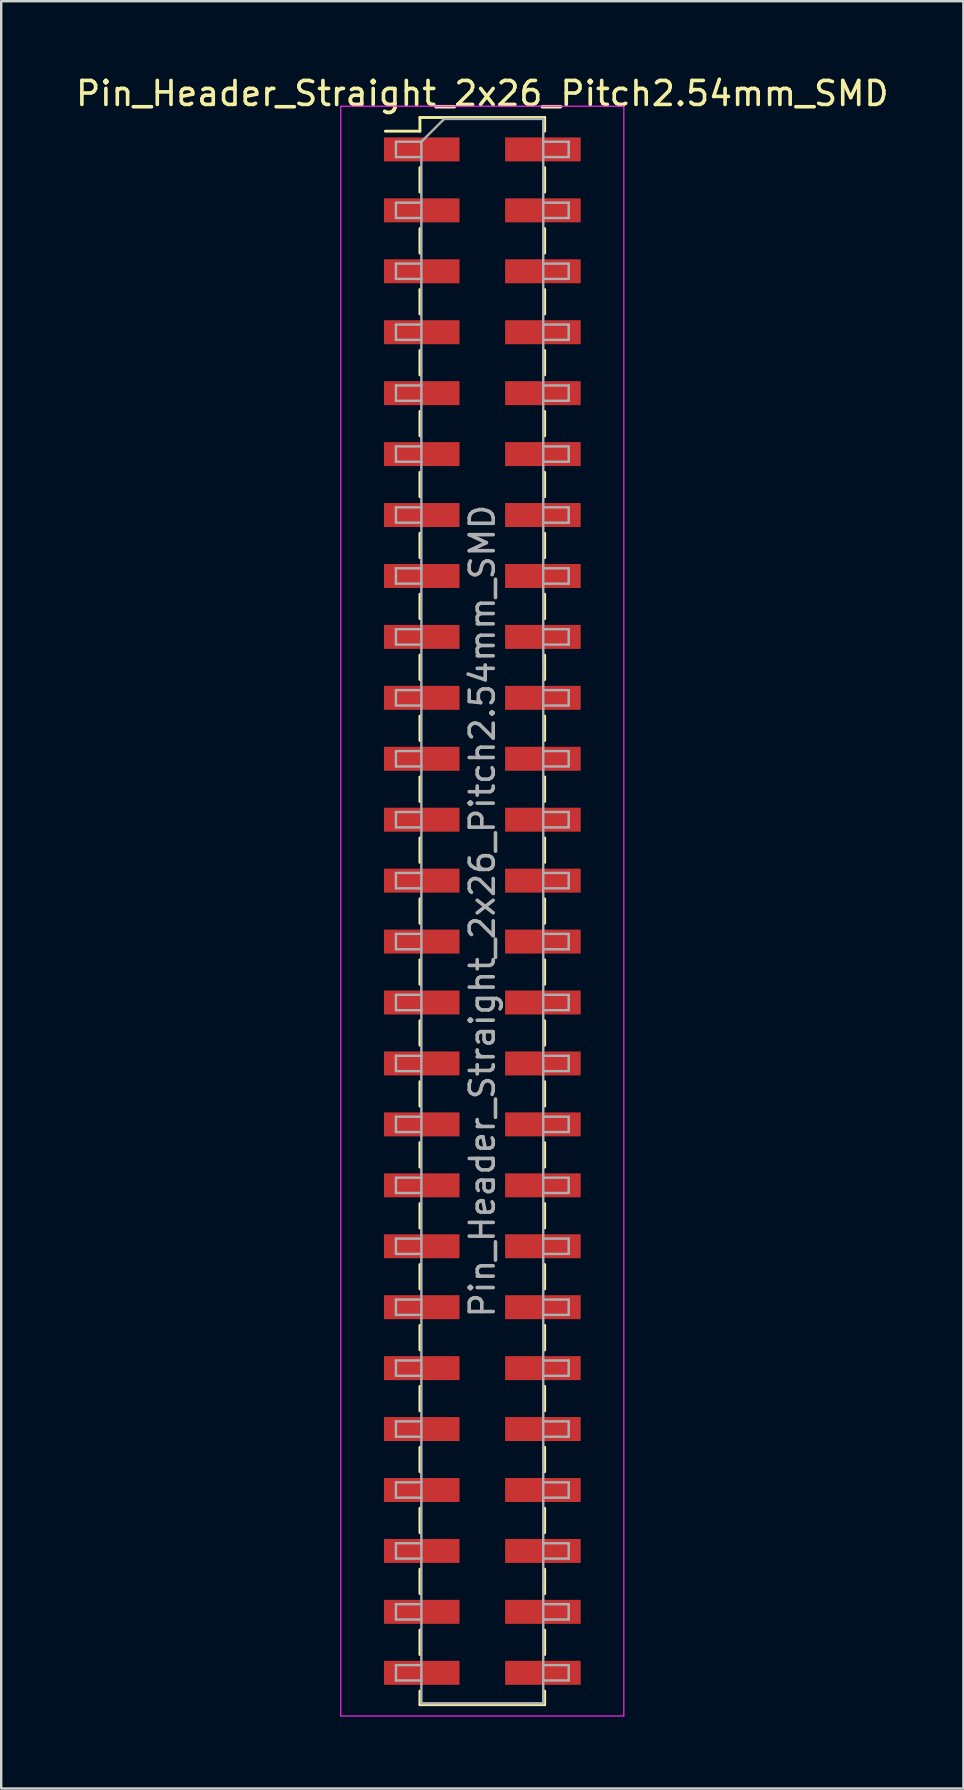
<source format=kicad_pcb>
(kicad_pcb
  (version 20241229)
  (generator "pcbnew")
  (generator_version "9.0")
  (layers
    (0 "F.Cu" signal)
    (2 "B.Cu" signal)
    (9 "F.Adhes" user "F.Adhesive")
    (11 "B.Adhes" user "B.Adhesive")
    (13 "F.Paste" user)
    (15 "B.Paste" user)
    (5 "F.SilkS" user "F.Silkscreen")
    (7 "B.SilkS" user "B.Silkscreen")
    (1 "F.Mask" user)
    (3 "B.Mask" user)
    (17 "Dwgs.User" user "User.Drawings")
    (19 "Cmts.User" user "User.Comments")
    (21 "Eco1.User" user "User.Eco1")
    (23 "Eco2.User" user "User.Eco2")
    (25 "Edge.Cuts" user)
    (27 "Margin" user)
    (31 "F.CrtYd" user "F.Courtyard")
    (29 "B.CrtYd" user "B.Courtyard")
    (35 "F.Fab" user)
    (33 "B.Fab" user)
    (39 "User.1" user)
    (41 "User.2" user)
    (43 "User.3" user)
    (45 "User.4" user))
  (footprint "Pin_Header_Straight_2x26_Pitch2.54mm_SMD"
    (layer "F.Cu")
    (at 17.054 34.928)
    (property "Reference" "Pin_Header_Straight_2x26_Pitch2.54mm_SMD" (at 0 -34.08 0) (layer "F.SilkS") (effects (font (size 1 1) (thickness 0.15))))
    (attr smd)
    (fp_line (start -4.04 -32.51) (end -2.6 -32.51) (stroke (width 0.12) (type solid)) (layer "F.SilkS"))
    (fp_line (start -2.6 -33.08) (end -2.6 -32.51) (stroke (width 0.12) (type solid)) (layer "F.SilkS"))
    (fp_line (start -2.6 -33.08) (end 2.6 -33.08) (stroke (width 0.12) (type solid)) (layer "F.SilkS"))
    (fp_line (start -2.6 -30.99) (end -2.6 -29.97) (stroke (width 0.12) (type solid)) (layer "F.SilkS"))
    (fp_line (start -2.6 -28.45) (end -2.6 -27.43) (stroke (width 0.12) (type solid)) (layer "F.SilkS"))
    (fp_line (start -2.6 -25.91) (end -2.6 -24.89) (stroke (width 0.12) (type solid)) (layer "F.SilkS"))
    (fp_line (start -2.6 -23.37) (end -2.6 -22.35) (stroke (width 0.12) (type solid)) (layer "F.SilkS"))
    (fp_line (start -2.6 -20.83) (end -2.6 -19.81) (stroke (width 0.12) (type solid)) (layer "F.SilkS"))
    (fp_line (start -2.6 -18.29) (end -2.6 -17.27) (stroke (width 0.12) (type solid)) (layer "F.SilkS"))
    (fp_line (start -2.6 -15.75) (end -2.6 -14.73) (stroke (width 0.12) (type solid)) (layer "F.SilkS"))
    (fp_line (start -2.6 -13.21) (end -2.6 -12.19) (stroke (width 0.12) (type solid)) (layer "F.SilkS"))
    (fp_line (start -2.6 -10.67) (end -2.6 -9.65) (stroke (width 0.12) (type solid)) (layer "F.SilkS"))
    (fp_line (start -2.6 -8.13) (end -2.6 -7.11) (stroke (width 0.12) (type solid)) (layer "F.SilkS"))
    (fp_line (start -2.6 -5.59) (end -2.6 -4.57) (stroke (width 0.12) (type solid)) (layer "F.SilkS"))
    (fp_line (start -2.6 -3.05) (end -2.6 -2.03) (stroke (width 0.12) (type solid)) (layer "F.SilkS"))
    (fp_line (start -2.6 -0.51) (end -2.6 0.51) (stroke (width 0.12) (type solid)) (layer "F.SilkS"))
    (fp_line (start -2.6 2.03) (end -2.6 3.05) (stroke (width 0.12) (type solid)) (layer "F.SilkS"))
    (fp_line (start -2.6 4.57) (end -2.6 5.59) (stroke (width 0.12) (type solid)) (layer "F.SilkS"))
    (fp_line (start -2.6 7.11) (end -2.6 8.13) (stroke (width 0.12) (type solid)) (layer "F.SilkS"))
    (fp_line (start -2.6 9.65) (end -2.6 10.67) (stroke (width 0.12) (type solid)) (layer "F.SilkS"))
    (fp_line (start -2.6 12.19) (end -2.6 13.21) (stroke (width 0.12) (type solid)) (layer "F.SilkS"))
    (fp_line (start -2.6 14.73) (end -2.6 15.75) (stroke (width 0.12) (type solid)) (layer "F.SilkS"))
    (fp_line (start -2.6 17.27) (end -2.6 18.29) (stroke (width 0.12) (type solid)) (layer "F.SilkS"))
    (fp_line (start -2.6 19.81) (end -2.6 20.83) (stroke (width 0.12) (type solid)) (layer "F.SilkS"))
    (fp_line (start -2.6 22.35) (end -2.6 23.37) (stroke (width 0.12) (type solid)) (layer "F.SilkS"))
    (fp_line (start -2.6 24.89) (end -2.6 25.91) (stroke (width 0.12) (type solid)) (layer "F.SilkS"))
    (fp_line (start -2.6 27.43) (end -2.6 28.45) (stroke (width 0.12) (type solid)) (layer "F.SilkS"))
    (fp_line (start -2.6 29.97) (end -2.6 30.99) (stroke (width 0.12) (type solid)) (layer "F.SilkS"))
    (fp_line (start -2.6 32.51) (end -2.6 33.08) (stroke (width 0.12) (type solid)) (layer "F.SilkS"))
    (fp_line (start -2.6 33.08) (end 2.6 33.08) (stroke (width 0.12) (type solid)) (layer "F.SilkS"))
    (fp_line (start 2.6 -33.08) (end 2.6 -32.51) (stroke (width 0.12) (type solid)) (layer "F.SilkS"))
    (fp_line (start 2.6 -30.99) (end 2.6 -29.97) (stroke (width 0.12) (type solid)) (layer "F.SilkS"))
    (fp_line (start 2.6 -28.45) (end 2.6 -27.43) (stroke (width 0.12) (type solid)) (layer "F.SilkS"))
    (fp_line (start 2.6 -25.91) (end 2.6 -24.89) (stroke (width 0.12) (type solid)) (layer "F.SilkS"))
    (fp_line (start 2.6 -23.37) (end 2.6 -22.35) (stroke (width 0.12) (type solid)) (layer "F.SilkS"))
    (fp_line (start 2.6 -20.83) (end 2.6 -19.81) (stroke (width 0.12) (type solid)) (layer "F.SilkS"))
    (fp_line (start 2.6 -18.29) (end 2.6 -17.27) (stroke (width 0.12) (type solid)) (layer "F.SilkS"))
    (fp_line (start 2.6 -15.75) (end 2.6 -14.73) (stroke (width 0.12) (type solid)) (layer "F.SilkS"))
    (fp_line (start 2.6 -13.21) (end 2.6 -12.19) (stroke (width 0.12) (type solid)) (layer "F.SilkS"))
    (fp_line (start 2.6 -10.67) (end 2.6 -9.65) (stroke (width 0.12) (type solid)) (layer "F.SilkS"))
    (fp_line (start 2.6 -8.13) (end 2.6 -7.11) (stroke (width 0.12) (type solid)) (layer "F.SilkS"))
    (fp_line (start 2.6 -5.59) (end 2.6 -4.57) (stroke (width 0.12) (type solid)) (layer "F.SilkS"))
    (fp_line (start 2.6 -3.05) (end 2.6 -2.03) (stroke (width 0.12) (type solid)) (layer "F.SilkS"))
    (fp_line (start 2.6 -0.51) (end 2.6 0.51) (stroke (width 0.12) (type solid)) (layer "F.SilkS"))
    (fp_line (start 2.6 2.03) (end 2.6 3.05) (stroke (width 0.12) (type solid)) (layer "F.SilkS"))
    (fp_line (start 2.6 4.57) (end 2.6 5.59) (stroke (width 0.12) (type solid)) (layer "F.SilkS"))
    (fp_line (start 2.6 7.11) (end 2.6 8.13) (stroke (width 0.12) (type solid)) (layer "F.SilkS"))
    (fp_line (start 2.6 9.65) (end 2.6 10.67) (stroke (width 0.12) (type solid)) (layer "F.SilkS"))
    (fp_line (start 2.6 12.19) (end 2.6 13.21) (stroke (width 0.12) (type solid)) (layer "F.SilkS"))
    (fp_line (start 2.6 14.73) (end 2.6 15.75) (stroke (width 0.12) (type solid)) (layer "F.SilkS"))
    (fp_line (start 2.6 17.27) (end 2.6 18.29) (stroke (width 0.12) (type solid)) (layer "F.SilkS"))
    (fp_line (start 2.6 19.81) (end 2.6 20.83) (stroke (width 0.12) (type solid)) (layer "F.SilkS"))
    (fp_line (start 2.6 22.35) (end 2.6 23.37) (stroke (width 0.12) (type solid)) (layer "F.SilkS"))
    (fp_line (start 2.6 24.89) (end 2.6 25.91) (stroke (width 0.12) (type solid)) (layer "F.SilkS"))
    (fp_line (start 2.6 27.43) (end 2.6 28.45) (stroke (width 0.12) (type solid)) (layer "F.SilkS"))
    (fp_line (start 2.6 29.97) (end 2.6 30.99) (stroke (width 0.12) (type solid)) (layer "F.SilkS"))
    (fp_line (start 2.6 32.51) (end 2.6 33.08) (stroke (width 0.12) (type solid)) (layer "F.SilkS"))
    (fp_line (start -5.9 -33.55) (end -5.9 33.55) (stroke (width 0.05) (type solid)) (layer "F.CrtYd"))
    (fp_line (start -5.9 33.55) (end 5.9 33.55) (stroke (width 0.05) (type solid)) (layer "F.CrtYd"))
    (fp_line (start 5.9 -33.55) (end -5.9 -33.55) (stroke (width 0.05) (type solid)) (layer "F.CrtYd"))
    (fp_line (start 5.9 33.55) (end 5.9 -33.55) (stroke (width 0.05) (type solid)) (layer "F.CrtYd"))
    (fp_line (start -3.6 -32.07) (end -3.6 -31.43) (stroke (width 0.1) (type solid)) (layer "F.Fab"))
    (fp_line (start -3.6 -31.43) (end -2.54 -31.43) (stroke (width 0.1) (type solid)) (layer "F.Fab"))
    (fp_line (start -3.6 -29.53) (end -3.6 -28.89) (stroke (width 0.1) (type solid)) (layer "F.Fab"))
    (fp_line (start -3.6 -28.89) (end -2.54 -28.89) (stroke (width 0.1) (type solid)) (layer "F.Fab"))
    (fp_line (start -3.6 -26.99) (end -3.6 -26.35) (stroke (width 0.1) (type solid)) (layer "F.Fab"))
    (fp_line (start -3.6 -26.35) (end -2.54 -26.35) (stroke (width 0.1) (type solid)) (layer "F.Fab"))
    (fp_line (start -3.6 -24.45) (end -3.6 -23.81) (stroke (width 0.1) (type solid)) (layer "F.Fab"))
    (fp_line (start -3.6 -23.81) (end -2.54 -23.81) (stroke (width 0.1) (type solid)) (layer "F.Fab"))
    (fp_line (start -3.6 -21.91) (end -3.6 -21.27) (stroke (width 0.1) (type solid)) (layer "F.Fab"))
    (fp_line (start -3.6 -21.27) (end -2.54 -21.27) (stroke (width 0.1) (type solid)) (layer "F.Fab"))
    (fp_line (start -3.6 -19.37) (end -3.6 -18.73) (stroke (width 0.1) (type solid)) (layer "F.Fab"))
    (fp_line (start -3.6 -18.73) (end -2.54 -18.73) (stroke (width 0.1) (type solid)) (layer "F.Fab"))
    (fp_line (start -3.6 -16.83) (end -3.6 -16.19) (stroke (width 0.1) (type solid)) (layer "F.Fab"))
    (fp_line (start -3.6 -16.19) (end -2.54 -16.19) (stroke (width 0.1) (type solid)) (layer "F.Fab"))
    (fp_line (start -3.6 -14.29) (end -3.6 -13.65) (stroke (width 0.1) (type solid)) (layer "F.Fab"))
    (fp_line (start -3.6 -13.65) (end -2.54 -13.65) (stroke (width 0.1) (type solid)) (layer "F.Fab"))
    (fp_line (start -3.6 -11.75) (end -3.6 -11.11) (stroke (width 0.1) (type solid)) (layer "F.Fab"))
    (fp_line (start -3.6 -11.11) (end -2.54 -11.11) (stroke (width 0.1) (type solid)) (layer "F.Fab"))
    (fp_line (start -3.6 -9.21) (end -3.6 -8.57) (stroke (width 0.1) (type solid)) (layer "F.Fab"))
    (fp_line (start -3.6 -8.57) (end -2.54 -8.57) (stroke (width 0.1) (type solid)) (layer "F.Fab"))
    (fp_line (start -3.6 -6.67) (end -3.6 -6.03) (stroke (width 0.1) (type solid)) (layer "F.Fab"))
    (fp_line (start -3.6 -6.03) (end -2.54 -6.03) (stroke (width 0.1) (type solid)) (layer "F.Fab"))
    (fp_line (start -3.6 -4.13) (end -3.6 -3.49) (stroke (width 0.1) (type solid)) (layer "F.Fab"))
    (fp_line (start -3.6 -3.49) (end -2.54 -3.49) (stroke (width 0.1) (type solid)) (layer "F.Fab"))
    (fp_line (start -3.6 -1.59) (end -3.6 -0.95) (stroke (width 0.1) (type solid)) (layer "F.Fab"))
    (fp_line (start -3.6 -0.95) (end -2.54 -0.95) (stroke (width 0.1) (type solid)) (layer "F.Fab"))
    (fp_line (start -3.6 0.95) (end -3.6 1.59) (stroke (width 0.1) (type solid)) (layer "F.Fab"))
    (fp_line (start -3.6 1.59) (end -2.54 1.59) (stroke (width 0.1) (type solid)) (layer "F.Fab"))
    (fp_line (start -3.6 3.49) (end -3.6 4.13) (stroke (width 0.1) (type solid)) (layer "F.Fab"))
    (fp_line (start -3.6 4.13) (end -2.54 4.13) (stroke (width 0.1) (type solid)) (layer "F.Fab"))
    (fp_line (start -3.6 6.03) (end -3.6 6.67) (stroke (width 0.1) (type solid)) (layer "F.Fab"))
    (fp_line (start -3.6 6.67) (end -2.54 6.67) (stroke (width 0.1) (type solid)) (layer "F.Fab"))
    (fp_line (start -3.6 8.57) (end -3.6 9.21) (stroke (width 0.1) (type solid)) (layer "F.Fab"))
    (fp_line (start -3.6 9.21) (end -2.54 9.21) (stroke (width 0.1) (type solid)) (layer "F.Fab"))
    (fp_line (start -3.6 11.11) (end -3.6 11.75) (stroke (width 0.1) (type solid)) (layer "F.Fab"))
    (fp_line (start -3.6 11.75) (end -2.54 11.75) (stroke (width 0.1) (type solid)) (layer "F.Fab"))
    (fp_line (start -3.6 13.65) (end -3.6 14.29) (stroke (width 0.1) (type solid)) (layer "F.Fab"))
    (fp_line (start -3.6 14.29) (end -2.54 14.29) (stroke (width 0.1) (type solid)) (layer "F.Fab"))
    (fp_line (start -3.6 16.19) (end -3.6 16.83) (stroke (width 0.1) (type solid)) (layer "F.Fab"))
    (fp_line (start -3.6 16.83) (end -2.54 16.83) (stroke (width 0.1) (type solid)) (layer "F.Fab"))
    (fp_line (start -3.6 18.73) (end -3.6 19.37) (stroke (width 0.1) (type solid)) (layer "F.Fab"))
    (fp_line (start -3.6 19.37) (end -2.54 19.37) (stroke (width 0.1) (type solid)) (layer "F.Fab"))
    (fp_line (start -3.6 21.27) (end -3.6 21.91) (stroke (width 0.1) (type solid)) (layer "F.Fab"))
    (fp_line (start -3.6 21.91) (end -2.54 21.91) (stroke (width 0.1) (type solid)) (layer "F.Fab"))
    (fp_line (start -3.6 23.81) (end -3.6 24.45) (stroke (width 0.1) (type solid)) (layer "F.Fab"))
    (fp_line (start -3.6 24.45) (end -2.54 24.45) (stroke (width 0.1) (type solid)) (layer "F.Fab"))
    (fp_line (start -3.6 26.35) (end -3.6 26.99) (stroke (width 0.1) (type solid)) (layer "F.Fab"))
    (fp_line (start -3.6 26.99) (end -2.54 26.99) (stroke (width 0.1) (type solid)) (layer "F.Fab"))
    (fp_line (start -3.6 28.89) (end -3.6 29.53) (stroke (width 0.1) (type solid)) (layer "F.Fab"))
    (fp_line (start -3.6 29.53) (end -2.54 29.53) (stroke (width 0.1) (type solid)) (layer "F.Fab"))
    (fp_line (start -3.6 31.43) (end -3.6 32.07) (stroke (width 0.1) (type solid)) (layer "F.Fab"))
    (fp_line (start -3.6 32.07) (end -2.54 32.07) (stroke (width 0.1) (type solid)) (layer "F.Fab"))
    (fp_line (start -2.54 -32.07) (end -3.6 -32.07) (stroke (width 0.1) (type solid)) (layer "F.Fab"))
    (fp_line (start -2.54 -32.07) (end -1.59 -33.02) (stroke (width 0.1) (type solid)) (layer "F.Fab"))
    (fp_line (start -2.54 -29.53) (end -3.6 -29.53) (stroke (width 0.1) (type solid)) (layer "F.Fab"))
    (fp_line (start -2.54 -26.99) (end -3.6 -26.99) (stroke (width 0.1) (type solid)) (layer "F.Fab"))
    (fp_line (start -2.54 -24.45) (end -3.6 -24.45) (stroke (width 0.1) (type solid)) (layer "F.Fab"))
    (fp_line (start -2.54 -21.91) (end -3.6 -21.91) (stroke (width 0.1) (type solid)) (layer "F.Fab"))
    (fp_line (start -2.54 -19.37) (end -3.6 -19.37) (stroke (width 0.1) (type solid)) (layer "F.Fab"))
    (fp_line (start -2.54 -16.83) (end -3.6 -16.83) (stroke (width 0.1) (type solid)) (layer "F.Fab"))
    (fp_line (start -2.54 -14.29) (end -3.6 -14.29) (stroke (width 0.1) (type solid)) (layer "F.Fab"))
    (fp_line (start -2.54 -11.75) (end -3.6 -11.75) (stroke (width 0.1) (type solid)) (layer "F.Fab"))
    (fp_line (start -2.54 -9.21) (end -3.6 -9.21) (stroke (width 0.1) (type solid)) (layer "F.Fab"))
    (fp_line (start -2.54 -6.67) (end -3.6 -6.67) (stroke (width 0.1) (type solid)) (layer "F.Fab"))
    (fp_line (start -2.54 -4.13) (end -3.6 -4.13) (stroke (width 0.1) (type solid)) (layer "F.Fab"))
    (fp_line (start -2.54 -1.59) (end -3.6 -1.59) (stroke (width 0.1) (type solid)) (layer "F.Fab"))
    (fp_line (start -2.54 0.95) (end -3.6 0.95) (stroke (width 0.1) (type solid)) (layer "F.Fab"))
    (fp_line (start -2.54 3.49) (end -3.6 3.49) (stroke (width 0.1) (type solid)) (layer "F.Fab"))
    (fp_line (start -2.54 6.03) (end -3.6 6.03) (stroke (width 0.1) (type solid)) (layer "F.Fab"))
    (fp_line (start -2.54 8.57) (end -3.6 8.57) (stroke (width 0.1) (type solid)) (layer "F.Fab"))
    (fp_line (start -2.54 11.11) (end -3.6 11.11) (stroke (width 0.1) (type solid)) (layer "F.Fab"))
    (fp_line (start -2.54 13.65) (end -3.6 13.65) (stroke (width 0.1) (type solid)) (layer "F.Fab"))
    (fp_line (start -2.54 16.19) (end -3.6 16.19) (stroke (width 0.1) (type solid)) (layer "F.Fab"))
    (fp_line (start -2.54 18.73) (end -3.6 18.73) (stroke (width 0.1) (type solid)) (layer "F.Fab"))
    (fp_line (start -2.54 21.27) (end -3.6 21.27) (stroke (width 0.1) (type solid)) (layer "F.Fab"))
    (fp_line (start -2.54 23.81) (end -3.6 23.81) (stroke (width 0.1) (type solid)) (layer "F.Fab"))
    (fp_line (start -2.54 26.35) (end -3.6 26.35) (stroke (width 0.1) (type solid)) (layer "F.Fab"))
    (fp_line (start -2.54 28.89) (end -3.6 28.89) (stroke (width 0.1) (type solid)) (layer "F.Fab"))
    (fp_line (start -2.54 31.43) (end -3.6 31.43) (stroke (width 0.1) (type solid)) (layer "F.Fab"))
    (fp_line (start -2.54 33.02) (end -2.54 -32.07) (stroke (width 0.1) (type solid)) (layer "F.Fab"))
    (fp_line (start -1.59 -33.02) (end 2.54 -33.02) (stroke (width 0.1) (type solid)) (layer "F.Fab"))
    (fp_line (start 2.54 -33.02) (end 2.54 33.02) (stroke (width 0.1) (type solid)) (layer "F.Fab"))
    (fp_line (start 2.54 -32.07) (end 3.6 -32.07) (stroke (width 0.1) (type solid)) (layer "F.Fab"))
    (fp_line (start 2.54 -29.53) (end 3.6 -29.53) (stroke (width 0.1) (type solid)) (layer "F.Fab"))
    (fp_line (start 2.54 -26.99) (end 3.6 -26.99) (stroke (width 0.1) (type solid)) (layer "F.Fab"))
    (fp_line (start 2.54 -24.45) (end 3.6 -24.45) (stroke (width 0.1) (type solid)) (layer "F.Fab"))
    (fp_line (start 2.54 -21.91) (end 3.6 -21.91) (stroke (width 0.1) (type solid)) (layer "F.Fab"))
    (fp_line (start 2.54 -19.37) (end 3.6 -19.37) (stroke (width 0.1) (type solid)) (layer "F.Fab"))
    (fp_line (start 2.54 -16.83) (end 3.6 -16.83) (stroke (width 0.1) (type solid)) (layer "F.Fab"))
    (fp_line (start 2.54 -14.29) (end 3.6 -14.29) (stroke (width 0.1) (type solid)) (layer "F.Fab"))
    (fp_line (start 2.54 -11.75) (end 3.6 -11.75) (stroke (width 0.1) (type solid)) (layer "F.Fab"))
    (fp_line (start 2.54 -9.21) (end 3.6 -9.21) (stroke (width 0.1) (type solid)) (layer "F.Fab"))
    (fp_line (start 2.54 -6.67) (end 3.6 -6.67) (stroke (width 0.1) (type solid)) (layer "F.Fab"))
    (fp_line (start 2.54 -4.13) (end 3.6 -4.13) (stroke (width 0.1) (type solid)) (layer "F.Fab"))
    (fp_line (start 2.54 -1.59) (end 3.6 -1.59) (stroke (width 0.1) (type solid)) (layer "F.Fab"))
    (fp_line (start 2.54 0.95) (end 3.6 0.95) (stroke (width 0.1) (type solid)) (layer "F.Fab"))
    (fp_line (start 2.54 3.49) (end 3.6 3.49) (stroke (width 0.1) (type solid)) (layer "F.Fab"))
    (fp_line (start 2.54 6.03) (end 3.6 6.03) (stroke (width 0.1) (type solid)) (layer "F.Fab"))
    (fp_line (start 2.54 8.57) (end 3.6 8.57) (stroke (width 0.1) (type solid)) (layer "F.Fab"))
    (fp_line (start 2.54 11.11) (end 3.6 11.11) (stroke (width 0.1) (type solid)) (layer "F.Fab"))
    (fp_line (start 2.54 13.65) (end 3.6 13.65) (stroke (width 0.1) (type solid)) (layer "F.Fab"))
    (fp_line (start 2.54 16.19) (end 3.6 16.19) (stroke (width 0.1) (type solid)) (layer "F.Fab"))
    (fp_line (start 2.54 18.73) (end 3.6 18.73) (stroke (width 0.1) (type solid)) (layer "F.Fab"))
    (fp_line (start 2.54 21.27) (end 3.6 21.27) (stroke (width 0.1) (type solid)) (layer "F.Fab"))
    (fp_line (start 2.54 23.81) (end 3.6 23.81) (stroke (width 0.1) (type solid)) (layer "F.Fab"))
    (fp_line (start 2.54 26.35) (end 3.6 26.35) (stroke (width 0.1) (type solid)) (layer "F.Fab"))
    (fp_line (start 2.54 28.89) (end 3.6 28.89) (stroke (width 0.1) (type solid)) (layer "F.Fab"))
    (fp_line (start 2.54 31.43) (end 3.6 31.43) (stroke (width 0.1) (type solid)) (layer "F.Fab"))
    (fp_line (start 2.54 33.02) (end -2.54 33.02) (stroke (width 0.1) (type solid)) (layer "F.Fab"))
    (fp_line (start 3.6 -32.07) (end 3.6 -31.43) (stroke (width 0.1) (type solid)) (layer "F.Fab"))
    (fp_line (start 3.6 -31.43) (end 2.54 -31.43) (stroke (width 0.1) (type solid)) (layer "F.Fab"))
    (fp_line (start 3.6 -29.53) (end 3.6 -28.89) (stroke (width 0.1) (type solid)) (layer "F.Fab"))
    (fp_line (start 3.6 -28.89) (end 2.54 -28.89) (stroke (width 0.1) (type solid)) (layer "F.Fab"))
    (fp_line (start 3.6 -26.99) (end 3.6 -26.35) (stroke (width 0.1) (type solid)) (layer "F.Fab"))
    (fp_line (start 3.6 -26.35) (end 2.54 -26.35) (stroke (width 0.1) (type solid)) (layer "F.Fab"))
    (fp_line (start 3.6 -24.45) (end 3.6 -23.81) (stroke (width 0.1) (type solid)) (layer "F.Fab"))
    (fp_line (start 3.6 -23.81) (end 2.54 -23.81) (stroke (width 0.1) (type solid)) (layer "F.Fab"))
    (fp_line (start 3.6 -21.91) (end 3.6 -21.27) (stroke (width 0.1) (type solid)) (layer "F.Fab"))
    (fp_line (start 3.6 -21.27) (end 2.54 -21.27) (stroke (width 0.1) (type solid)) (layer "F.Fab"))
    (fp_line (start 3.6 -19.37) (end 3.6 -18.73) (stroke (width 0.1) (type solid)) (layer "F.Fab"))
    (fp_line (start 3.6 -18.73) (end 2.54 -18.73) (stroke (width 0.1) (type solid)) (layer "F.Fab"))
    (fp_line (start 3.6 -16.83) (end 3.6 -16.19) (stroke (width 0.1) (type solid)) (layer "F.Fab"))
    (fp_line (start 3.6 -16.19) (end 2.54 -16.19) (stroke (width 0.1) (type solid)) (layer "F.Fab"))
    (fp_line (start 3.6 -14.29) (end 3.6 -13.65) (stroke (width 0.1) (type solid)) (layer "F.Fab"))
    (fp_line (start 3.6 -13.65) (end 2.54 -13.65) (stroke (width 0.1) (type solid)) (layer "F.Fab"))
    (fp_line (start 3.6 -11.75) (end 3.6 -11.11) (stroke (width 0.1) (type solid)) (layer "F.Fab"))
    (fp_line (start 3.6 -11.11) (end 2.54 -11.11) (stroke (width 0.1) (type solid)) (layer "F.Fab"))
    (fp_line (start 3.6 -9.21) (end 3.6 -8.57) (stroke (width 0.1) (type solid)) (layer "F.Fab"))
    (fp_line (start 3.6 -8.57) (end 2.54 -8.57) (stroke (width 0.1) (type solid)) (layer "F.Fab"))
    (fp_line (start 3.6 -6.67) (end 3.6 -6.03) (stroke (width 0.1) (type solid)) (layer "F.Fab"))
    (fp_line (start 3.6 -6.03) (end 2.54 -6.03) (stroke (width 0.1) (type solid)) (layer "F.Fab"))
    (fp_line (start 3.6 -4.13) (end 3.6 -3.49) (stroke (width 0.1) (type solid)) (layer "F.Fab"))
    (fp_line (start 3.6 -3.49) (end 2.54 -3.49) (stroke (width 0.1) (type solid)) (layer "F.Fab"))
    (fp_line (start 3.6 -1.59) (end 3.6 -0.95) (stroke (width 0.1) (type solid)) (layer "F.Fab"))
    (fp_line (start 3.6 -0.95) (end 2.54 -0.95) (stroke (width 0.1) (type solid)) (layer "F.Fab"))
    (fp_line (start 3.6 0.95) (end 3.6 1.59) (stroke (width 0.1) (type solid)) (layer "F.Fab"))
    (fp_line (start 3.6 1.59) (end 2.54 1.59) (stroke (width 0.1) (type solid)) (layer "F.Fab"))
    (fp_line (start 3.6 3.49) (end 3.6 4.13) (stroke (width 0.1) (type solid)) (layer "F.Fab"))
    (fp_line (start 3.6 4.13) (end 2.54 4.13) (stroke (width 0.1) (type solid)) (layer "F.Fab"))
    (fp_line (start 3.6 6.03) (end 3.6 6.67) (stroke (width 0.1) (type solid)) (layer "F.Fab"))
    (fp_line (start 3.6 6.67) (end 2.54 6.67) (stroke (width 0.1) (type solid)) (layer "F.Fab"))
    (fp_line (start 3.6 8.57) (end 3.6 9.21) (stroke (width 0.1) (type solid)) (layer "F.Fab"))
    (fp_line (start 3.6 9.21) (end 2.54 9.21) (stroke (width 0.1) (type solid)) (layer "F.Fab"))
    (fp_line (start 3.6 11.11) (end 3.6 11.75) (stroke (width 0.1) (type solid)) (layer "F.Fab"))
    (fp_line (start 3.6 11.75) (end 2.54 11.75) (stroke (width 0.1) (type solid)) (layer "F.Fab"))
    (fp_line (start 3.6 13.65) (end 3.6 14.29) (stroke (width 0.1) (type solid)) (layer "F.Fab"))
    (fp_line (start 3.6 14.29) (end 2.54 14.29) (stroke (width 0.1) (type solid)) (layer "F.Fab"))
    (fp_line (start 3.6 16.19) (end 3.6 16.83) (stroke (width 0.1) (type solid)) (layer "F.Fab"))
    (fp_line (start 3.6 16.83) (end 2.54 16.83) (stroke (width 0.1) (type solid)) (layer "F.Fab"))
    (fp_line (start 3.6 18.73) (end 3.6 19.37) (stroke (width 0.1) (type solid)) (layer "F.Fab"))
    (fp_line (start 3.6 19.37) (end 2.54 19.37) (stroke (width 0.1) (type solid)) (layer "F.Fab"))
    (fp_line (start 3.6 21.27) (end 3.6 21.91) (stroke (width 0.1) (type solid)) (layer "F.Fab"))
    (fp_line (start 3.6 21.91) (end 2.54 21.91) (stroke (width 0.1) (type solid)) (layer "F.Fab"))
    (fp_line (start 3.6 23.81) (end 3.6 24.45) (stroke (width 0.1) (type solid)) (layer "F.Fab"))
    (fp_line (start 3.6 24.45) (end 2.54 24.45) (stroke (width 0.1) (type solid)) (layer "F.Fab"))
    (fp_line (start 3.6 26.35) (end 3.6 26.99) (stroke (width 0.1) (type solid)) (layer "F.Fab"))
    (fp_line (start 3.6 26.99) (end 2.54 26.99) (stroke (width 0.1) (type solid)) (layer "F.Fab"))
    (fp_line (start 3.6 28.89) (end 3.6 29.53) (stroke (width 0.1) (type solid)) (layer "F.Fab"))
    (fp_line (start 3.6 29.53) (end 2.54 29.53) (stroke (width 0.1) (type solid)) (layer "F.Fab"))
    (fp_line (start 3.6 31.43) (end 3.6 32.07) (stroke (width 0.1) (type solid)) (layer "F.Fab"))
    (fp_line (start 3.6 32.07) (end 2.54 32.07) (stroke (width 0.1) (type solid)) (layer "F.Fab"))
    (fp_text user "${REFERENCE}" (at 0 0 90) (layer "F.Fab") (effects (font (size 1 1) (thickness 0.15))))
    (pad "1" smd rect (at -2.525 -31.75) (size 3.15 1) (layers "F.Cu" "F.Mask" "F.Paste"))
    (pad "2" smd rect (at 2.525 -31.75) (size 3.15 1) (layers "F.Cu" "F.Mask" "F.Paste"))
    (pad "3" smd rect (at -2.525 -29.21) (size 3.15 1) (layers "F.Cu" "F.Mask" "F.Paste"))
    (pad "4" smd rect (at 2.525 -29.21) (size 3.15 1) (layers "F.Cu" "F.Mask" "F.Paste"))
    (pad "5" smd rect (at -2.525 -26.67) (size 3.15 1) (layers "F.Cu" "F.Mask" "F.Paste"))
    (pad "6" smd rect (at 2.525 -26.67) (size 3.15 1) (layers "F.Cu" "F.Mask" "F.Paste"))
    (pad "7" smd rect (at -2.525 -24.13) (size 3.15 1) (layers "F.Cu" "F.Mask" "F.Paste"))
    (pad "8" smd rect (at 2.525 -24.13) (size 3.15 1) (layers "F.Cu" "F.Mask" "F.Paste"))
    (pad "9" smd rect (at -2.525 -21.59) (size 3.15 1) (layers "F.Cu" "F.Mask" "F.Paste"))
    (pad "10" smd rect (at 2.525 -21.59) (size 3.15 1) (layers "F.Cu" "F.Mask" "F.Paste"))
    (pad "11" smd rect (at -2.525 -19.05) (size 3.15 1) (layers "F.Cu" "F.Mask" "F.Paste"))
    (pad "12" smd rect (at 2.525 -19.05) (size 3.15 1) (layers "F.Cu" "F.Mask" "F.Paste"))
    (pad "13" smd rect (at -2.525 -16.51) (size 3.15 1) (layers "F.Cu" "F.Mask" "F.Paste"))
    (pad "14" smd rect (at 2.525 -16.51) (size 3.15 1) (layers "F.Cu" "F.Mask" "F.Paste"))
    (pad "15" smd rect (at -2.525 -13.97) (size 3.15 1) (layers "F.Cu" "F.Mask" "F.Paste"))
    (pad "16" smd rect (at 2.525 -13.97) (size 3.15 1) (layers "F.Cu" "F.Mask" "F.Paste"))
    (pad "17" smd rect (at -2.525 -11.43) (size 3.15 1) (layers "F.Cu" "F.Mask" "F.Paste"))
    (pad "18" smd rect (at 2.525 -11.43) (size 3.15 1) (layers "F.Cu" "F.Mask" "F.Paste"))
    (pad "19" smd rect (at -2.525 -8.89) (size 3.15 1) (layers "F.Cu" "F.Mask" "F.Paste"))
    (pad "20" smd rect (at 2.525 -8.89) (size 3.15 1) (layers "F.Cu" "F.Mask" "F.Paste"))
    (pad "21" smd rect (at -2.525 -6.35) (size 3.15 1) (layers "F.Cu" "F.Mask" "F.Paste"))
    (pad "22" smd rect (at 2.525 -6.35) (size 3.15 1) (layers "F.Cu" "F.Mask" "F.Paste"))
    (pad "23" smd rect (at -2.525 -3.81) (size 3.15 1) (layers "F.Cu" "F.Mask" "F.Paste"))
    (pad "24" smd rect (at 2.525 -3.81) (size 3.15 1) (layers "F.Cu" "F.Mask" "F.Paste"))
    (pad "25" smd rect (at -2.525 -1.27) (size 3.15 1) (layers "F.Cu" "F.Mask" "F.Paste"))
    (pad "26" smd rect (at 2.525 -1.27) (size 3.15 1) (layers "F.Cu" "F.Mask" "F.Paste"))
    (pad "27" smd rect (at -2.525 1.27) (size 3.15 1) (layers "F.Cu" "F.Mask" "F.Paste"))
    (pad "28" smd rect (at 2.525 1.27) (size 3.15 1) (layers "F.Cu" "F.Mask" "F.Paste"))
    (pad "29" smd rect (at -2.525 3.81) (size 3.15 1) (layers "F.Cu" "F.Mask" "F.Paste"))
    (pad "30" smd rect (at 2.525 3.81) (size 3.15 1) (layers "F.Cu" "F.Mask" "F.Paste"))
    (pad "31" smd rect (at -2.525 6.35) (size 3.15 1) (layers "F.Cu" "F.Mask" "F.Paste"))
    (pad "32" smd rect (at 2.525 6.35) (size 3.15 1) (layers "F.Cu" "F.Mask" "F.Paste"))
    (pad "33" smd rect (at -2.525 8.89) (size 3.15 1) (layers "F.Cu" "F.Mask" "F.Paste"))
    (pad "34" smd rect (at 2.525 8.89) (size 3.15 1) (layers "F.Cu" "F.Mask" "F.Paste"))
    (pad "35" smd rect (at -2.525 11.43) (size 3.15 1) (layers "F.Cu" "F.Mask" "F.Paste"))
    (pad "36" smd rect (at 2.525 11.43) (size 3.15 1) (layers "F.Cu" "F.Mask" "F.Paste"))
    (pad "37" smd rect (at -2.525 13.97) (size 3.15 1) (layers "F.Cu" "F.Mask" "F.Paste"))
    (pad "38" smd rect (at 2.525 13.97) (size 3.15 1) (layers "F.Cu" "F.Mask" "F.Paste"))
    (pad "39" smd rect (at -2.525 16.51) (size 3.15 1) (layers "F.Cu" "F.Mask" "F.Paste"))
    (pad "40" smd rect (at 2.525 16.51) (size 3.15 1) (layers "F.Cu" "F.Mask" "F.Paste"))
    (pad "41" smd rect (at -2.525 19.05) (size 3.15 1) (layers "F.Cu" "F.Mask" "F.Paste"))
    (pad "42" smd rect (at 2.525 19.05) (size 3.15 1) (layers "F.Cu" "F.Mask" "F.Paste"))
    (pad "43" smd rect (at -2.525 21.59) (size 3.15 1) (layers "F.Cu" "F.Mask" "F.Paste"))
    (pad "44" smd rect (at 2.525 21.59) (size 3.15 1) (layers "F.Cu" "F.Mask" "F.Paste"))
    (pad "45" smd rect (at -2.525 24.13) (size 3.15 1) (layers "F.Cu" "F.Mask" "F.Paste"))
    (pad "46" smd rect (at 2.525 24.13) (size 3.15 1) (layers "F.Cu" "F.Mask" "F.Paste"))
    (pad "47" smd rect (at -2.525 26.67) (size 3.15 1) (layers "F.Cu" "F.Mask" "F.Paste"))
    (pad "48" smd rect (at 2.525 26.67) (size 3.15 1) (layers "F.Cu" "F.Mask" "F.Paste"))
    (pad "49" smd rect (at -2.525 29.21) (size 3.15 1) (layers "F.Cu" "F.Mask" "F.Paste"))
    (pad "50" smd rect (at 2.525 29.21) (size 3.15 1) (layers "F.Cu" "F.Mask" "F.Paste"))
    (pad "51" smd rect (at -2.525 31.75) (size 3.15 1) (layers "F.Cu" "F.Mask" "F.Paste"))
    (pad "52" smd rect (at 2.525 31.75) (size 3.15 1) (layers "F.Cu" "F.Mask" "F.Paste")))
  (gr_rect
    (start -3 -3)
    (end 37.107 71.503)
    (stroke (width 0.1) (type default))
    (fill no)
    (layer "Edge.Cuts")))
</source>
